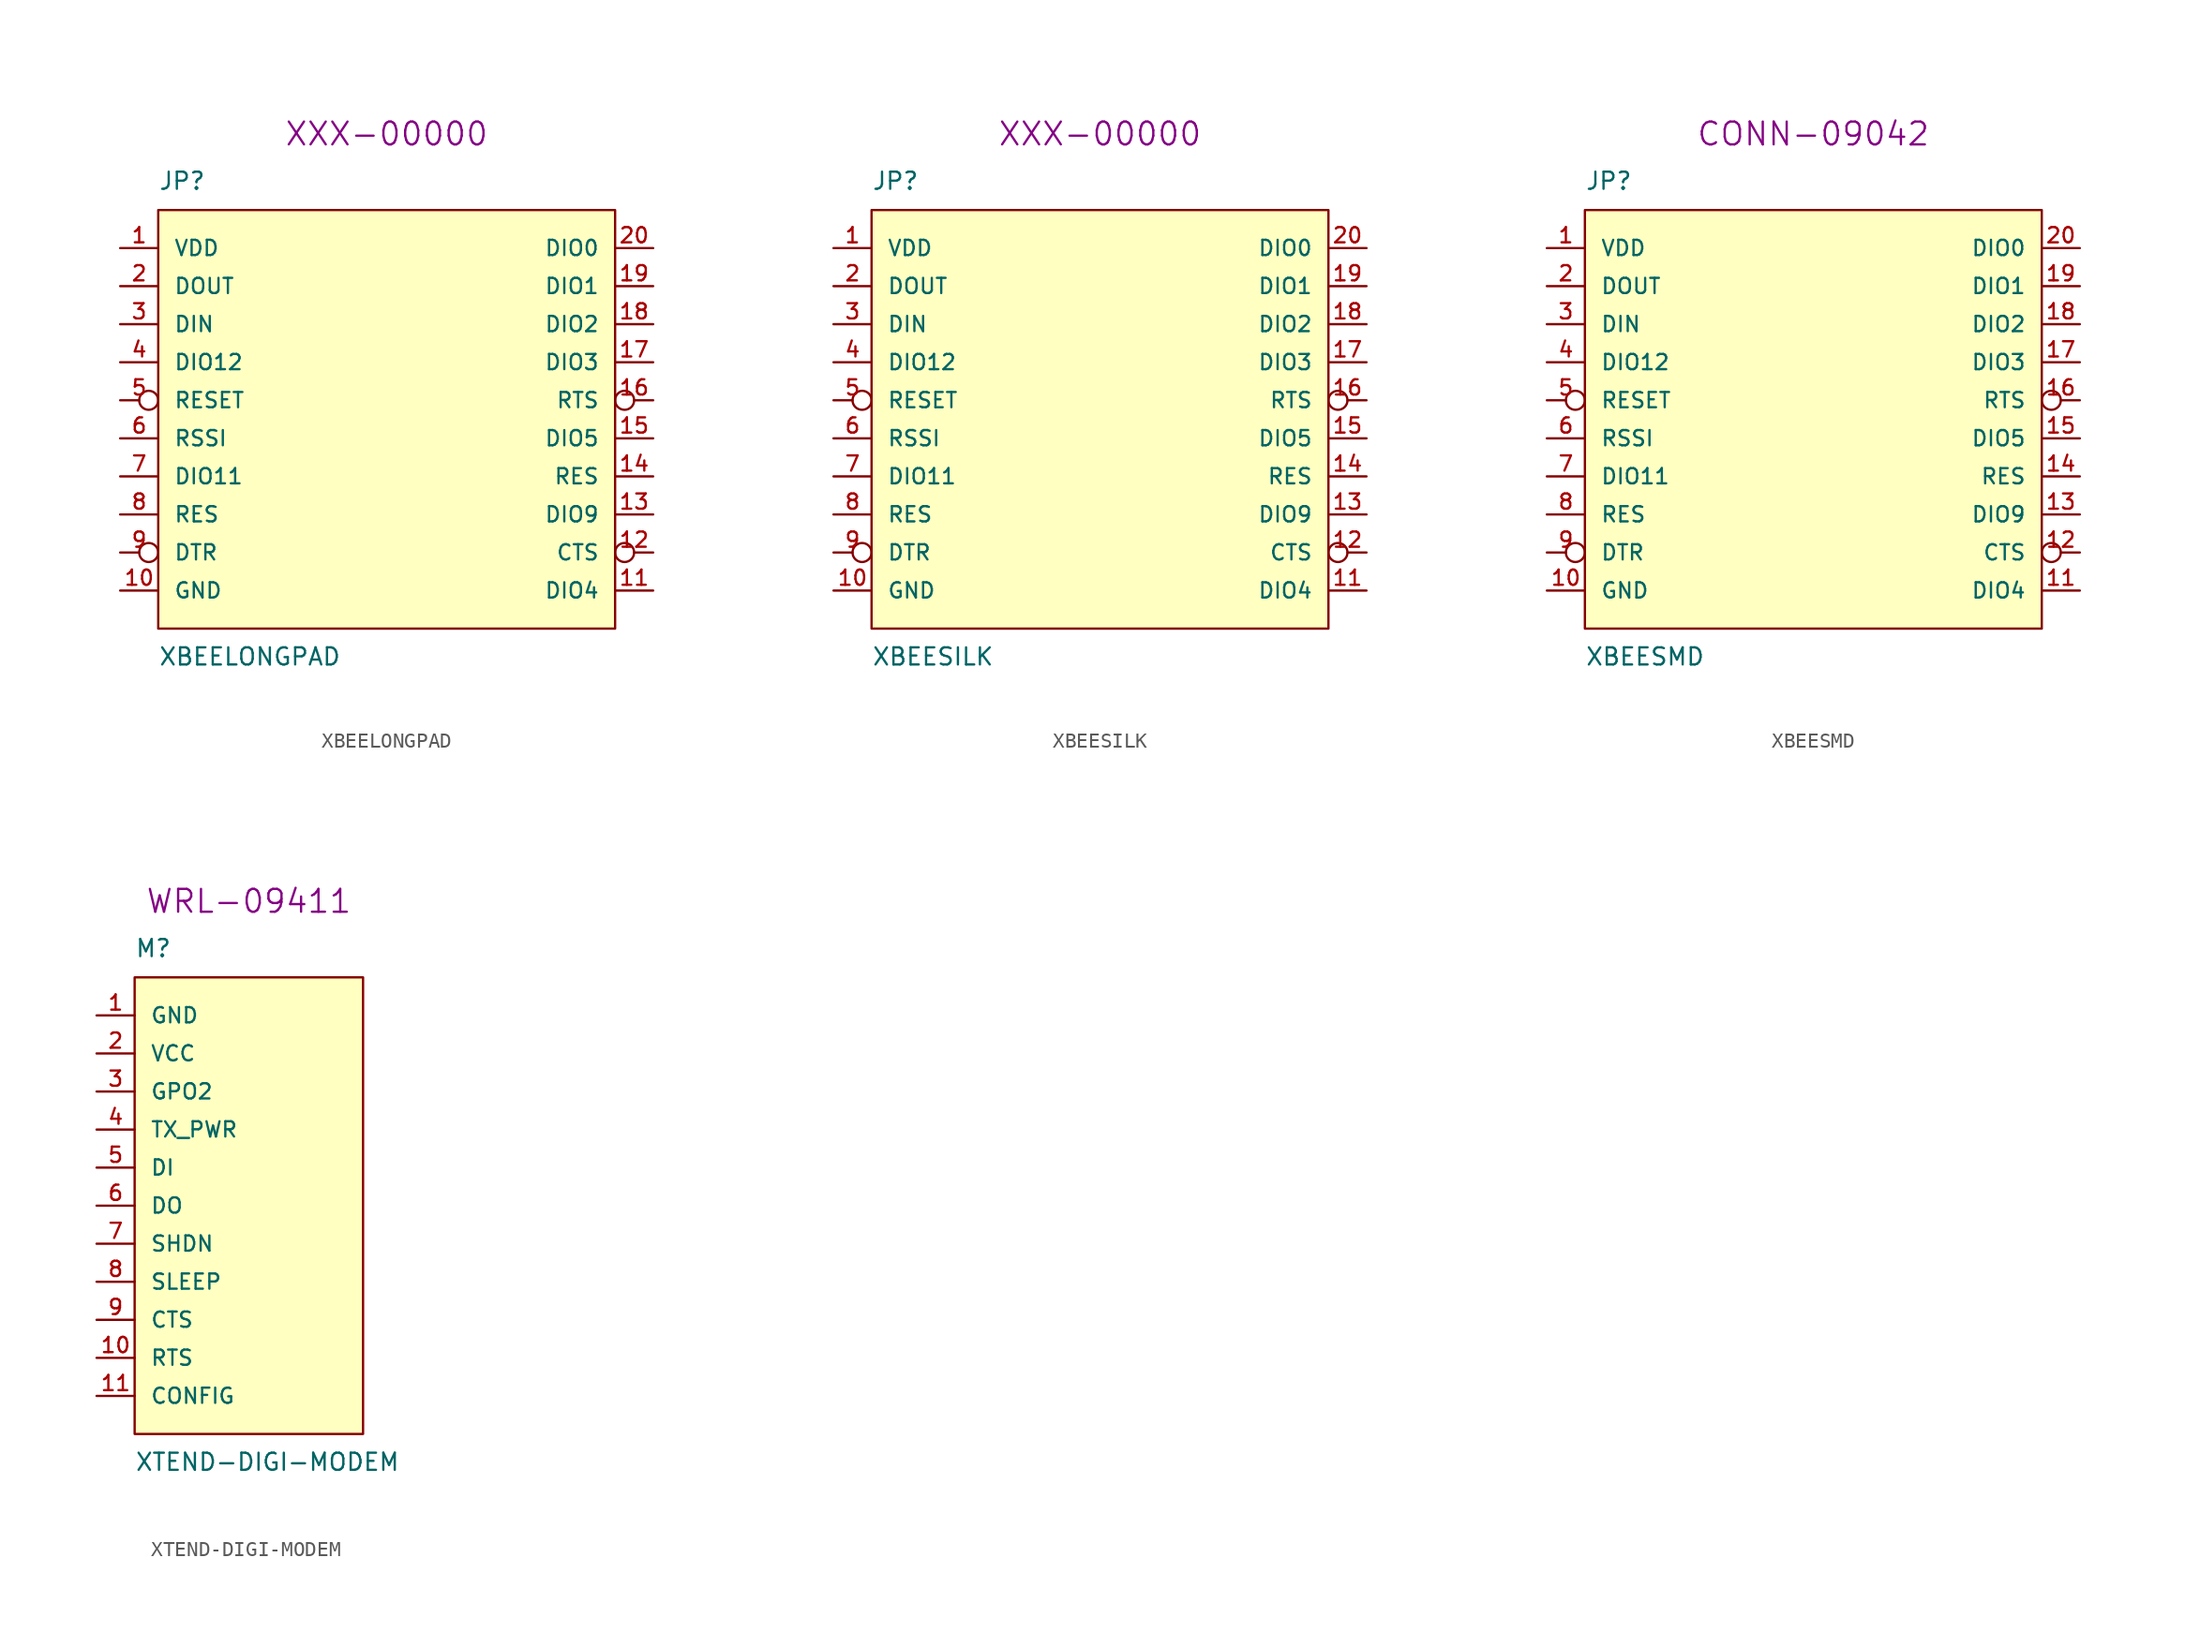
<source format=kicad_sym>
(kicad_symbol_lib
  (version 20201005)
  (generator kicad_symbol_editor)
  (symbol "XBEELONGPAD"
    (pin_names
      (offset 1.016))
    (property "Reference" "JP"
      (at -15.24 13.97 0)
      (effects (font (size 1.143 1.143)) (justify left bottom)))
    (property "Value" "XBEELONGPAD"
      (at -15.24 -17.78 0)
      (effects (font (size 1.143 1.143)) (justify left bottom)))
    (property "Field4" "XXX-00000"
      (at 0 17.78 0)
      (effects (font (size 1.524 1.524))))
    (property "ki_locked" ""
      (at 0 0 0)
      (effects (font (size 1.27 1.27))))
    (symbol "XBEELONGPAD_1_1"
      (polyline (pts (xy -15.24 12.7) (xy 15.24 12.7) (xy 15.24 -15.24) (xy -15.24 -15.24) (xy -15.24 12.7)) (stroke (width 0)) (fill (type background)))
      (pin power_in line (at -17.78 10.16 0) (length 2.54) (name "VDD" (effects (font (size 1.016 1.016)))) (number "1" (effects (font (size 1.016 1.016)))))
      (pin output line (at -17.78 7.62 0) (length 2.54) (name "DOUT" (effects (font (size 1.016 1.016)))) (number "2" (effects (font (size 1.016 1.016)))))
      (pin input line (at -17.78 5.08 0) (length 2.54) (name "DIN" (effects (font (size 1.016 1.016)))) (number "3" (effects (font (size 1.016 1.016)))))
      (pin bidirectional line (at -17.78 2.54 0) (length 2.54) (name "DIO12" (effects (font (size 1.016 1.016)))) (number "4" (effects (font (size 1.016 1.016)))))
      (pin input inverted (at -17.78 0 0) (length 2.54) (name "RESET" (effects (font (size 1.016 1.016)))) (number "5" (effects (font (size 1.016 1.016)))))
      (pin bidirectional line (at -17.78 -2.54 0) (length 2.54) (name "RSSI" (effects (font (size 1.016 1.016)))) (number "6" (effects (font (size 1.016 1.016)))))
      (pin bidirectional line (at -17.78 -5.08 0) (length 2.54) (name "DIO11" (effects (font (size 1.016 1.016)))) (number "7" (effects (font (size 1.016 1.016)))))
      (pin bidirectional line (at -17.78 -7.62 0) (length 2.54) (name "RES" (effects (font (size 1.016 1.016)))) (number "8" (effects (font (size 1.016 1.016)))))
      (pin bidirectional inverted (at -17.78 -10.16 0) (length 2.54) (name "DTR" (effects (font (size 1.016 1.016)))) (number "9" (effects (font (size 1.016 1.016)))))
      (pin power_in line (at -17.78 -12.7 0) (length 2.54) (name "GND" (effects (font (size 1.016 1.016)))) (number "10" (effects (font (size 1.016 1.016)))))
      (pin bidirectional line (at 17.78 10.16 180) (length 2.54) (name "DIO0" (effects (font (size 1.016 1.016)))) (number "20" (effects (font (size 1.016 1.016)))))
      (pin bidirectional line (at 17.78 -12.7 180) (length 2.54) (name "DIO4" (effects (font (size 1.016 1.016)))) (number "11" (effects (font (size 1.016 1.016)))))
      (pin output inverted (at 17.78 -10.16 180) (length 2.54) (name "CTS" (effects (font (size 1.016 1.016)))) (number "12" (effects (font (size 1.016 1.016)))))
      (pin bidirectional line (at 17.78 -7.62 180) (length 2.54) (name "DIO9" (effects (font (size 1.016 1.016)))) (number "13" (effects (font (size 1.016 1.016)))))
      (pin bidirectional line (at 17.78 -5.08 180) (length 2.54) (name "RES" (effects (font (size 1.016 1.016)))) (number "14" (effects (font (size 1.016 1.016)))))
      (pin bidirectional line (at 17.78 -2.54 180) (length 2.54) (name "DIO5" (effects (font (size 1.016 1.016)))) (number "15" (effects (font (size 1.016 1.016)))))
      (pin input inverted (at 17.78 0 180) (length 2.54) (name "RTS" (effects (font (size 1.016 1.016)))) (number "16" (effects (font (size 1.016 1.016)))))
      (pin bidirectional line (at 17.78 2.54 180) (length 2.54) (name "DIO3" (effects (font (size 1.016 1.016)))) (number "17" (effects (font (size 1.016 1.016)))))
      (pin bidirectional line (at 17.78 5.08 180) (length 2.54) (name "DIO2" (effects (font (size 1.016 1.016)))) (number "18" (effects (font (size 1.016 1.016)))))
      (pin bidirectional line (at 17.78 7.62 180) (length 2.54) (name "DIO1" (effects (font (size 1.016 1.016)))) (number "19" (effects (font (size 1.016 1.016)))))))
  (symbol "XBEESILK"
    (pin_names
      (offset 1.016))
    (property "Reference" "JP"
      (at -15.24 13.97 0)
      (effects (font (size 1.143 1.143)) (justify left bottom)))
    (property "Value" "XBEESILK"
      (at -15.24 -17.78 0)
      (effects (font (size 1.143 1.143)) (justify left bottom)))
    (property "Field4" "XXX-00000"
      (at 0 17.78 0)
      (effects (font (size 1.524 1.524))))
    (property "ki_locked" ""
      (at 0 0 0)
      (effects (font (size 1.27 1.27))))
    (symbol "XBEESILK_1_1"
      (polyline (pts (xy -15.24 12.7) (xy 15.24 12.7) (xy 15.24 -15.24) (xy -15.24 -15.24) (xy -15.24 12.7)) (stroke (width 0)) (fill (type background)))
      (pin power_in line (at -17.78 10.16 0) (length 2.54) (name "VDD" (effects (font (size 1.016 1.016)))) (number "1" (effects (font (size 1.016 1.016)))))
      (pin output line (at -17.78 7.62 0) (length 2.54) (name "DOUT" (effects (font (size 1.016 1.016)))) (number "2" (effects (font (size 1.016 1.016)))))
      (pin input line (at -17.78 5.08 0) (length 2.54) (name "DIN" (effects (font (size 1.016 1.016)))) (number "3" (effects (font (size 1.016 1.016)))))
      (pin bidirectional line (at -17.78 2.54 0) (length 2.54) (name "DIO12" (effects (font (size 1.016 1.016)))) (number "4" (effects (font (size 1.016 1.016)))))
      (pin input inverted (at -17.78 0 0) (length 2.54) (name "RESET" (effects (font (size 1.016 1.016)))) (number "5" (effects (font (size 1.016 1.016)))))
      (pin bidirectional line (at -17.78 -2.54 0) (length 2.54) (name "RSSI" (effects (font (size 1.016 1.016)))) (number "6" (effects (font (size 1.016 1.016)))))
      (pin bidirectional line (at -17.78 -5.08 0) (length 2.54) (name "DIO11" (effects (font (size 1.016 1.016)))) (number "7" (effects (font (size 1.016 1.016)))))
      (pin bidirectional line (at -17.78 -7.62 0) (length 2.54) (name "RES" (effects (font (size 1.016 1.016)))) (number "8" (effects (font (size 1.016 1.016)))))
      (pin bidirectional inverted (at -17.78 -10.16 0) (length 2.54) (name "DTR" (effects (font (size 1.016 1.016)))) (number "9" (effects (font (size 1.016 1.016)))))
      (pin power_in line (at -17.78 -12.7 0) (length 2.54) (name "GND" (effects (font (size 1.016 1.016)))) (number "10" (effects (font (size 1.016 1.016)))))
      (pin bidirectional line (at 17.78 10.16 180) (length 2.54) (name "DIO0" (effects (font (size 1.016 1.016)))) (number "20" (effects (font (size 1.016 1.016)))))
      (pin bidirectional line (at 17.78 -12.7 180) (length 2.54) (name "DIO4" (effects (font (size 1.016 1.016)))) (number "11" (effects (font (size 1.016 1.016)))))
      (pin output inverted (at 17.78 -10.16 180) (length 2.54) (name "CTS" (effects (font (size 1.016 1.016)))) (number "12" (effects (font (size 1.016 1.016)))))
      (pin bidirectional line (at 17.78 -7.62 180) (length 2.54) (name "DIO9" (effects (font (size 1.016 1.016)))) (number "13" (effects (font (size 1.016 1.016)))))
      (pin bidirectional line (at 17.78 -5.08 180) (length 2.54) (name "RES" (effects (font (size 1.016 1.016)))) (number "14" (effects (font (size 1.016 1.016)))))
      (pin bidirectional line (at 17.78 -2.54 180) (length 2.54) (name "DIO5" (effects (font (size 1.016 1.016)))) (number "15" (effects (font (size 1.016 1.016)))))
      (pin input inverted (at 17.78 0 180) (length 2.54) (name "RTS" (effects (font (size 1.016 1.016)))) (number "16" (effects (font (size 1.016 1.016)))))
      (pin bidirectional line (at 17.78 2.54 180) (length 2.54) (name "DIO3" (effects (font (size 1.016 1.016)))) (number "17" (effects (font (size 1.016 1.016)))))
      (pin bidirectional line (at 17.78 5.08 180) (length 2.54) (name "DIO2" (effects (font (size 1.016 1.016)))) (number "18" (effects (font (size 1.016 1.016)))))
      (pin bidirectional line (at 17.78 7.62 180) (length 2.54) (name "DIO1" (effects (font (size 1.016 1.016)))) (number "19" (effects (font (size 1.016 1.016)))))))
  (symbol "XBEESMD"
    (pin_names
      (offset 1.016))
    (property "Reference" "JP"
      (at -15.24 13.97 0)
      (effects (font (size 1.143 1.143)) (justify left bottom)))
    (property "Value" "XBEESMD"
      (at -15.24 -17.78 0)
      (effects (font (size 1.143 1.143)) (justify left bottom)))
    (property "Field4" "CONN-09042"
      (at 0 17.78 0)
      (effects (font (size 1.524 1.524))))
    (property "ki_locked" ""
      (at 0 0 0)
      (effects (font (size 1.27 1.27))))
    (symbol "XBEESMD_1_1"
      (polyline (pts (xy -15.24 12.7) (xy 15.24 12.7) (xy 15.24 -15.24) (xy -15.24 -15.24) (xy -15.24 12.7)) (stroke (width 0)) (fill (type background)))
      (pin power_in line (at -17.78 10.16 0) (length 2.54) (name "VDD" (effects (font (size 1.016 1.016)))) (number "1" (effects (font (size 1.016 1.016)))))
      (pin output line (at -17.78 7.62 0) (length 2.54) (name "DOUT" (effects (font (size 1.016 1.016)))) (number "2" (effects (font (size 1.016 1.016)))))
      (pin input line (at -17.78 5.08 0) (length 2.54) (name "DIN" (effects (font (size 1.016 1.016)))) (number "3" (effects (font (size 1.016 1.016)))))
      (pin bidirectional line (at -17.78 2.54 0) (length 2.54) (name "DIO12" (effects (font (size 1.016 1.016)))) (number "4" (effects (font (size 1.016 1.016)))))
      (pin input inverted (at -17.78 0 0) (length 2.54) (name "RESET" (effects (font (size 1.016 1.016)))) (number "5" (effects (font (size 1.016 1.016)))))
      (pin bidirectional line (at -17.78 -2.54 0) (length 2.54) (name "RSSI" (effects (font (size 1.016 1.016)))) (number "6" (effects (font (size 1.016 1.016)))))
      (pin bidirectional line (at -17.78 -5.08 0) (length 2.54) (name "DIO11" (effects (font (size 1.016 1.016)))) (number "7" (effects (font (size 1.016 1.016)))))
      (pin bidirectional line (at -17.78 -7.62 0) (length 2.54) (name "RES" (effects (font (size 1.016 1.016)))) (number "8" (effects (font (size 1.016 1.016)))))
      (pin bidirectional inverted (at -17.78 -10.16 0) (length 2.54) (name "DTR" (effects (font (size 1.016 1.016)))) (number "9" (effects (font (size 1.016 1.016)))))
      (pin power_in line (at -17.78 -12.7 0) (length 2.54) (name "GND" (effects (font (size 1.016 1.016)))) (number "10" (effects (font (size 1.016 1.016)))))
      (pin bidirectional line (at 17.78 10.16 180) (length 2.54) (name "DIO0" (effects (font (size 1.016 1.016)))) (number "20" (effects (font (size 1.016 1.016)))))
      (pin bidirectional line (at 17.78 -12.7 180) (length 2.54) (name "DIO4" (effects (font (size 1.016 1.016)))) (number "11" (effects (font (size 1.016 1.016)))))
      (pin output inverted (at 17.78 -10.16 180) (length 2.54) (name "CTS" (effects (font (size 1.016 1.016)))) (number "12" (effects (font (size 1.016 1.016)))))
      (pin bidirectional line (at 17.78 -7.62 180) (length 2.54) (name "DIO9" (effects (font (size 1.016 1.016)))) (number "13" (effects (font (size 1.016 1.016)))))
      (pin bidirectional line (at 17.78 -5.08 180) (length 2.54) (name "RES" (effects (font (size 1.016 1.016)))) (number "14" (effects (font (size 1.016 1.016)))))
      (pin bidirectional line (at 17.78 -2.54 180) (length 2.54) (name "DIO5" (effects (font (size 1.016 1.016)))) (number "15" (effects (font (size 1.016 1.016)))))
      (pin input inverted (at 17.78 0 180) (length 2.54) (name "RTS" (effects (font (size 1.016 1.016)))) (number "16" (effects (font (size 1.016 1.016)))))
      (pin bidirectional line (at 17.78 2.54 180) (length 2.54) (name "DIO3" (effects (font (size 1.016 1.016)))) (number "17" (effects (font (size 1.016 1.016)))))
      (pin bidirectional line (at 17.78 5.08 180) (length 2.54) (name "DIO2" (effects (font (size 1.016 1.016)))) (number "18" (effects (font (size 1.016 1.016)))))
      (pin bidirectional line (at 17.78 7.62 180) (length 2.54) (name "DIO1" (effects (font (size 1.016 1.016)))) (number "19" (effects (font (size 1.016 1.016)))))))
  (symbol "XTEND-DIGI-MODEM"
    (pin_names
      (offset 1.016))
    (property "Reference" "M"
      (at -7.62 16.51 0)
      (effects (font (size 1.143 1.143)) (justify left bottom)))
    (property "Value" "XTEND-DIGI-MODEM"
      (at -7.62 -17.78 0)
      (effects (font (size 1.143 1.143)) (justify left bottom)))
    (property "Field4" "WRL-09411"
      (at 0 20.32 0)
      (effects (font (size 1.524 1.524))))
    (property "ki_locked" ""
      (at 0 0 0)
      (effects (font (size 1.27 1.27))))
    (symbol "XTEND-DIGI-MODEM_1_1"
      (polyline (pts (xy -7.62 15.24) (xy 7.62 15.24) (xy 7.62 -15.24) (xy -7.62 -15.24) (xy -7.62 15.24)) (stroke (width 0)) (fill (type background)))
      (pin bidirectional line (at -10.16 12.7 0) (length 2.54) (name "GND" (effects (font (size 1.016 1.016)))) (number "1" (effects (font (size 1.016 1.016)))))
      (pin bidirectional line (at -10.16 10.16 0) (length 2.54) (name "VCC" (effects (font (size 1.016 1.016)))) (number "2" (effects (font (size 1.016 1.016)))))
      (pin bidirectional line (at -10.16 7.62 0) (length 2.54) (name "GPO2" (effects (font (size 1.016 1.016)))) (number "3" (effects (font (size 1.016 1.016)))))
      (pin bidirectional line (at -10.16 5.08 0) (length 2.54) (name "TX_PWR" (effects (font (size 1.016 1.016)))) (number "4" (effects (font (size 1.016 1.016)))))
      (pin bidirectional line (at -10.16 2.54 0) (length 2.54) (name "DI" (effects (font (size 1.016 1.016)))) (number "5" (effects (font (size 1.016 1.016)))))
      (pin bidirectional line (at -10.16 0 0) (length 2.54) (name "DO" (effects (font (size 1.016 1.016)))) (number "6" (effects (font (size 1.016 1.016)))))
      (pin bidirectional line (at -10.16 -2.54 0) (length 2.54) (name "SHDN" (effects (font (size 1.016 1.016)))) (number "7" (effects (font (size 1.016 1.016)))))
      (pin bidirectional line (at -10.16 -5.08 0) (length 2.54) (name "SLEEP" (effects (font (size 1.016 1.016)))) (number "8" (effects (font (size 1.016 1.016)))))
      (pin bidirectional line (at -10.16 -7.62 0) (length 2.54) (name "CTS" (effects (font (size 1.016 1.016)))) (number "9" (effects (font (size 1.016 1.016)))))
      (pin bidirectional line (at -10.16 -10.16 0) (length 2.54) (name "RTS" (effects (font (size 1.016 1.016)))) (number "10" (effects (font (size 1.016 1.016)))))
      (pin bidirectional line (at -10.16 -12.7 0) (length 2.54) (name "CONFIG" (effects (font (size 1.016 1.016)))) (number "11" (effects (font (size 1.016 1.016))))))))
</source>
